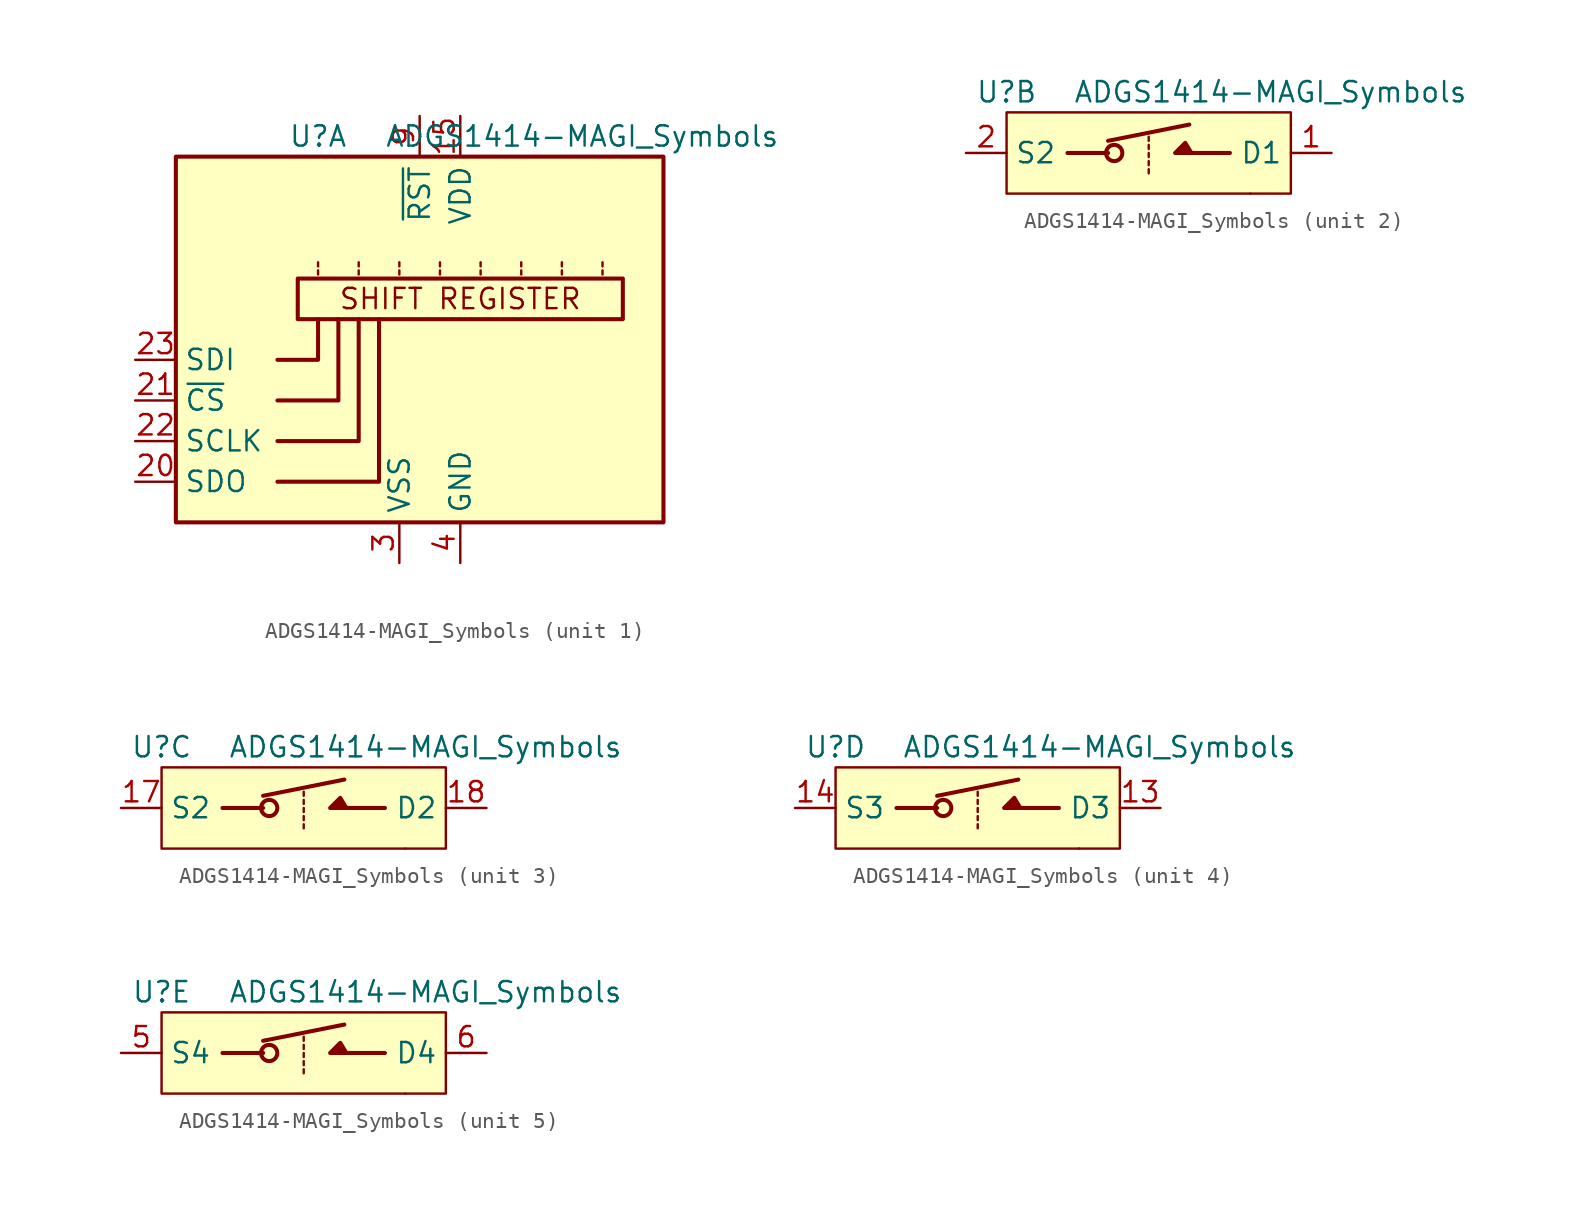
<source format=kicad_sym>
(kicad_symbol_lib
  (version 20211014)
  (generator kicad_symbol_editor)
  (symbol "ADGS1414-MAGI_Symbols"
    (property "Reference" "U"
      (at -8.89 3.81 0)
      (effects (font (size 1.27 1.27))))
    (property "Value" "ADGS1414-MAGI_Symbols"
      (at 7.62 3.81 0)
      (effects (font (size 1.27 1.27))))
    (symbol "ADGS1414-MAGI_Symbols_1_0"
      (polyline (pts (xy -11.43 -17.78) (xy -5.08 -17.78) (xy -5.08 -7.62)) (stroke (width 0.254) (type default) (color 0 0 0 0)) (fill (type none)))
      (polyline (pts (xy -11.43 -15.24) (xy -6.35 -15.24) (xy -6.35 -7.62)) (stroke (width 0.254) (type default) (color 0 0 0 0)) (fill (type none)))
      (polyline (pts (xy -11.43 -10.16) (xy -8.89 -10.16) (xy -8.89 -7.62)) (stroke (width 0.254) (type default) (color 0 0 0 0)) (fill (type none)))
      (polyline (pts (xy -11.43 -12.7) (xy -7.62 -12.7) (xy -7.62 -10.16) (xy -7.62 -7.62)) (stroke (width 0.254) (type default) (color 0 0 0 0)) (fill (type none)))
      (text "SHIFT REGISTER" (at 0 -6.35 0) (effects (font (size 1.27 1.27)))))
    (symbol "ADGS1414-MAGI_Symbols_1_1"
      (rectangle (start -17.78 -20.32) (end 12.7 2.54) (stroke (width 0.254) (type default) (color 0 0 0 0)) (fill (type background)))
      (rectangle (start -10.16 -5.08) (end 10.16 -7.62) (stroke (width 0.254) (type default) (color 0 0 0 0)) (fill (type none)))
      (polyline (pts (xy -8.89 -4.826) (xy -8.89 -4.572)) (stroke (width 0) (type default) (color 0 0 0 0)) (fill (type none)))
      (polyline (pts (xy -8.89 -4.318) (xy -8.89 -4.064)) (stroke (width 0) (type default) (color 0 0 0 0)) (fill (type none)))
      (polyline (pts (xy -6.35 -4.826) (xy -6.35 -4.572)) (stroke (width 0) (type default) (color 0 0 0 0)) (fill (type none)))
      (polyline (pts (xy -6.35 -4.318) (xy -6.35 -4.064)) (stroke (width 0) (type default) (color 0 0 0 0)) (fill (type none)))
      (polyline (pts (xy -3.81 -4.826) (xy -3.81 -4.572)) (stroke (width 0) (type default) (color 0 0 0 0)) (fill (type none)))
      (polyline (pts (xy -3.81 -4.318) (xy -3.81 -4.064)) (stroke (width 0) (type default) (color 0 0 0 0)) (fill (type none)))
      (polyline (pts (xy -1.27 -4.826) (xy -1.27 -4.572)) (stroke (width 0) (type default) (color 0 0 0 0)) (fill (type none)))
      (polyline (pts (xy -1.27 -4.318) (xy -1.27 -4.064)) (stroke (width 0) (type default) (color 0 0 0 0)) (fill (type none)))
      (polyline (pts (xy 1.27 -4.826) (xy 1.27 -4.572)) (stroke (width 0) (type default) (color 0 0 0 0)) (fill (type none)))
      (polyline (pts (xy 1.27 -4.318) (xy 1.27 -4.064)) (stroke (width 0) (type default) (color 0 0 0 0)) (fill (type none)))
      (polyline (pts (xy 3.81 -4.826) (xy 3.81 -4.572)) (stroke (width 0) (type default) (color 0 0 0 0)) (fill (type none)))
      (polyline (pts (xy 3.81 -4.318) (xy 3.81 -4.064)) (stroke (width 0) (type default) (color 0 0 0 0)) (fill (type none)))
      (polyline (pts (xy 6.35 -4.826) (xy 6.35 -4.572)) (stroke (width 0) (type default) (color 0 0 0 0)) (fill (type none)))
      (polyline (pts (xy 6.35 -4.318) (xy 6.35 -4.064)) (stroke (width 0) (type default) (color 0 0 0 0)) (fill (type none)))
      (polyline (pts (xy 8.89 -4.826) (xy 8.89 -4.572)) (stroke (width 0) (type default) (color 0 0 0 0)) (fill (type none)))
      (polyline (pts (xy 8.89 -4.318) (xy 8.89 -4.064)) (stroke (width 0) (type default) (color 0 0 0 0)) (fill (type none)))
      (pin power_in line (at 0 -22.86 90) (length 2.54) hide (name "GND" (effects (font (size 1.27 1.27)))) (number "11" (effects (font (size 1.27 1.27)))))
      (pin power_in line (at 0 5.08 270) (length 2.54) (name "VDD" (effects (font (size 1.27 1.27)))) (number "15" (effects (font (size 1.27 1.27)))))
      (pin open_collector line (at -20.32 -17.78 0) (length 2.54) (name "SDO" (effects (font (size 1.27 1.27)))) (number "20" (effects (font (size 1.27 1.27)))))
      (pin input line (at -20.32 -12.7 0) (length 2.54) (name "~{CS}" (effects (font (size 1.27 1.27)))) (number "21" (effects (font (size 1.27 1.27)))))
      (pin input line (at -20.32 -15.24 0) (length 2.54) (name "SCLK" (effects (font (size 1.27 1.27)))) (number "22" (effects (font (size 1.27 1.27)))))
      (pin input line (at -20.32 -10.16 0) (length 2.54) (name "SDI" (effects (font (size 1.27 1.27)))) (number "23" (effects (font (size 1.27 1.27)))))
      (pin power_in line (at -3.81 -22.86 90) (length 2.54) hide (name "VSS_PAD" (effects (font (size 1.27 1.27)))) (number "25" (effects (font (size 1.27 1.27)))))
      (pin power_in line (at -3.81 -22.86 90) (length 2.54) (name "VSS" (effects (font (size 1.27 1.27)))) (number "3" (effects (font (size 1.27 1.27)))))
      (pin power_in line (at 0 -22.86 90) (length 2.54) (name "GND" (effects (font (size 1.27 1.27)))) (number "4" (effects (font (size 1.27 1.27)))))
      (pin power_in line (at -2.54 5.08 270) (length 2.54) (name "~{RST}" (effects (font (size 1.27 1.27)))) (number "9" (effects (font (size 1.27 1.27))))))
    (symbol "ADGS1414-MAGI_Symbols_2_1"
      (rectangle (start -8.89 2.54) (end 8.89 -2.54) (stroke (width 0) (type default) (color 0 0 0 0)) (fill (type background)))
      (circle (center -2.159 0) (radius 0.508) (stroke (width 0.254) (type default) (color 0 0 0 0)) (fill (type none)))
      (polyline (pts (xy -2.54 0) (xy -5.08 0)) (stroke (width 0.254) (type default) (color 0 0 0 0)) (fill (type none)))
      (polyline (pts (xy -2.54 0.762) (xy 2.54 1.778)) (stroke (width 0.254) (type default) (color 0 0 0 0)) (fill (type none)))
      (polyline (pts (xy 0 -1.27) (xy 0 -1.016)) (stroke (width 0) (type default) (color 0 0 0 0)) (fill (type none)))
      (polyline (pts (xy 0 -0.762) (xy 0 -0.508)) (stroke (width 0) (type default) (color 0 0 0 0)) (fill (type none)))
      (polyline (pts (xy 0 -0.254) (xy 0 0)) (stroke (width 0) (type default) (color 0 0 0 0)) (fill (type none)))
      (polyline (pts (xy 0 0.254) (xy 0 0.508)) (stroke (width 0) (type default) (color 0 0 0 0)) (fill (type none)))
      (polyline (pts (xy 0 0.762) (xy 0 1.016)) (stroke (width 0) (type default) (color 0 0 0 0)) (fill (type none)))
      (polyline (pts (xy 2.54 0) (xy 5.08 0)) (stroke (width 0.254) (type default) (color 0 0 0 0)) (fill (type none)))
      (polyline (pts (xy 2.794 0) (xy 1.651 0) (xy 2.286 0.635) (xy 2.667 0)) (stroke (width 0.254) (type default) (color 0 0 0 0)) (fill (type outline)))
      (rectangle (start 6.35 -2.54) (end 6.35 -2.54) (stroke (width 0) (type default) (color 0 0 0 0)) (fill (type none)))
      (pin passive line (at 11.43 0 180) (length 2.54) (name "D1" (effects (font (size 1.27 1.27)))) (number "1" (effects (font (size 1.27 1.27)))))
      (pin passive line (at -11.43 0 0) (length 2.54) (name "S2" (effects (font (size 1.27 1.27)))) (number "2" (effects (font (size 1.27 1.27))))))
    (symbol "ADGS1414-MAGI_Symbols_3_1"
      (rectangle (start -8.89 2.54) (end 8.89 -2.54) (stroke (width 0) (type default) (color 0 0 0 0)) (fill (type background)))
      (circle (center -2.159 0) (radius 0.508) (stroke (width 0.254) (type default) (color 0 0 0 0)) (fill (type none)))
      (polyline (pts (xy -2.54 0) (xy -5.08 0)) (stroke (width 0.254) (type default) (color 0 0 0 0)) (fill (type none)))
      (polyline (pts (xy -2.54 0.762) (xy 2.54 1.778)) (stroke (width 0.254) (type default) (color 0 0 0 0)) (fill (type none)))
      (polyline (pts (xy 0 -1.27) (xy 0 -1.016)) (stroke (width 0) (type default) (color 0 0 0 0)) (fill (type none)))
      (polyline (pts (xy 0 -0.762) (xy 0 -0.508)) (stroke (width 0) (type default) (color 0 0 0 0)) (fill (type none)))
      (polyline (pts (xy 0 -0.254) (xy 0 0)) (stroke (width 0) (type default) (color 0 0 0 0)) (fill (type none)))
      (polyline (pts (xy 0 0.254) (xy 0 0.508)) (stroke (width 0) (type default) (color 0 0 0 0)) (fill (type none)))
      (polyline (pts (xy 0 0.762) (xy 0 1.016)) (stroke (width 0) (type default) (color 0 0 0 0)) (fill (type none)))
      (polyline (pts (xy 2.54 0) (xy 5.08 0)) (stroke (width 0.254) (type default) (color 0 0 0 0)) (fill (type none)))
      (polyline (pts (xy 2.794 0) (xy 1.651 0) (xy 2.286 0.635) (xy 2.667 0)) (stroke (width 0.254) (type default) (color 0 0 0 0)) (fill (type outline)))
      (rectangle (start 6.35 -2.54) (end 6.35 -2.54) (stroke (width 0) (type default) (color 0 0 0 0)) (fill (type none)))
      (pin passive line (at -11.43 0 0) (length 2.54) (name "S2" (effects (font (size 1.27 1.27)))) (number "17" (effects (font (size 1.27 1.27)))))
      (pin passive line (at 11.43 0 180) (length 2.54) (name "D2" (effects (font (size 1.27 1.27)))) (number "18" (effects (font (size 1.27 1.27))))))
    (symbol "ADGS1414-MAGI_Symbols_4_1"
      (rectangle (start -8.89 2.54) (end 8.89 -2.54) (stroke (width 0) (type default) (color 0 0 0 0)) (fill (type background)))
      (circle (center -2.159 0) (radius 0.508) (stroke (width 0.254) (type default) (color 0 0 0 0)) (fill (type none)))
      (polyline (pts (xy -2.54 0) (xy -5.08 0)) (stroke (width 0.254) (type default) (color 0 0 0 0)) (fill (type none)))
      (polyline (pts (xy -2.54 0.762) (xy 2.54 1.778)) (stroke (width 0.254) (type default) (color 0 0 0 0)) (fill (type none)))
      (polyline (pts (xy 0 -1.27) (xy 0 -1.016)) (stroke (width 0) (type default) (color 0 0 0 0)) (fill (type none)))
      (polyline (pts (xy 0 -0.762) (xy 0 -0.508)) (stroke (width 0) (type default) (color 0 0 0 0)) (fill (type none)))
      (polyline (pts (xy 0 -0.254) (xy 0 0)) (stroke (width 0) (type default) (color 0 0 0 0)) (fill (type none)))
      (polyline (pts (xy 0 0.254) (xy 0 0.508)) (stroke (width 0) (type default) (color 0 0 0 0)) (fill (type none)))
      (polyline (pts (xy 0 0.762) (xy 0 1.016)) (stroke (width 0) (type default) (color 0 0 0 0)) (fill (type none)))
      (polyline (pts (xy 2.54 0) (xy 5.08 0)) (stroke (width 0.254) (type default) (color 0 0 0 0)) (fill (type none)))
      (polyline (pts (xy 2.794 0) (xy 1.651 0) (xy 2.286 0.635) (xy 2.667 0)) (stroke (width 0.254) (type default) (color 0 0 0 0)) (fill (type outline)))
      (rectangle (start 6.35 -2.54) (end 6.35 -2.54) (stroke (width 0) (type default) (color 0 0 0 0)) (fill (type none)))
      (pin passive line (at 11.43 0 180) (length 2.54) (name "D3" (effects (font (size 1.27 1.27)))) (number "13" (effects (font (size 1.27 1.27)))))
      (pin passive line (at -11.43 0 0) (length 2.54) (name "S3" (effects (font (size 1.27 1.27)))) (number "14" (effects (font (size 1.27 1.27))))))
    (symbol "ADGS1414-MAGI_Symbols_5_1"
      (rectangle (start -8.89 2.54) (end 8.89 -2.54) (stroke (width 0) (type default) (color 0 0 0 0)) (fill (type background)))
      (circle (center -2.159 0) (radius 0.508) (stroke (width 0.254) (type default) (color 0 0 0 0)) (fill (type none)))
      (polyline (pts (xy -2.54 0) (xy -5.08 0)) (stroke (width 0.254) (type default) (color 0 0 0 0)) (fill (type none)))
      (polyline (pts (xy -2.54 0.762) (xy 2.54 1.778)) (stroke (width 0.254) (type default) (color 0 0 0 0)) (fill (type none)))
      (polyline (pts (xy 0 -1.27) (xy 0 -1.016)) (stroke (width 0) (type default) (color 0 0 0 0)) (fill (type none)))
      (polyline (pts (xy 0 -0.762) (xy 0 -0.508)) (stroke (width 0) (type default) (color 0 0 0 0)) (fill (type none)))
      (polyline (pts (xy 0 -0.254) (xy 0 0)) (stroke (width 0) (type default) (color 0 0 0 0)) (fill (type none)))
      (polyline (pts (xy 0 0.254) (xy 0 0.508)) (stroke (width 0) (type default) (color 0 0 0 0)) (fill (type none)))
      (polyline (pts (xy 0 0.762) (xy 0 1.016)) (stroke (width 0) (type default) (color 0 0 0 0)) (fill (type none)))
      (polyline (pts (xy 2.54 0) (xy 5.08 0)) (stroke (width 0.254) (type default) (color 0 0 0 0)) (fill (type none)))
      (polyline (pts (xy 2.794 0) (xy 1.651 0) (xy 2.286 0.635) (xy 2.667 0)) (stroke (width 0.254) (type default) (color 0 0 0 0)) (fill (type outline)))
      (rectangle (start 6.35 -2.54) (end 6.35 -2.54) (stroke (width 0) (type default) (color 0 0 0 0)) (fill (type none)))
      (pin passive line (at -11.43 0 0) (length 2.54) (name "S4" (effects (font (size 1.27 1.27)))) (number "5" (effects (font (size 1.27 1.27)))))
      (pin passive line (at 11.43 0 180) (length 2.54) (name "D4" (effects (font (size 1.27 1.27)))) (number "6" (effects (font (size 1.27 1.27))))))))
</source>
